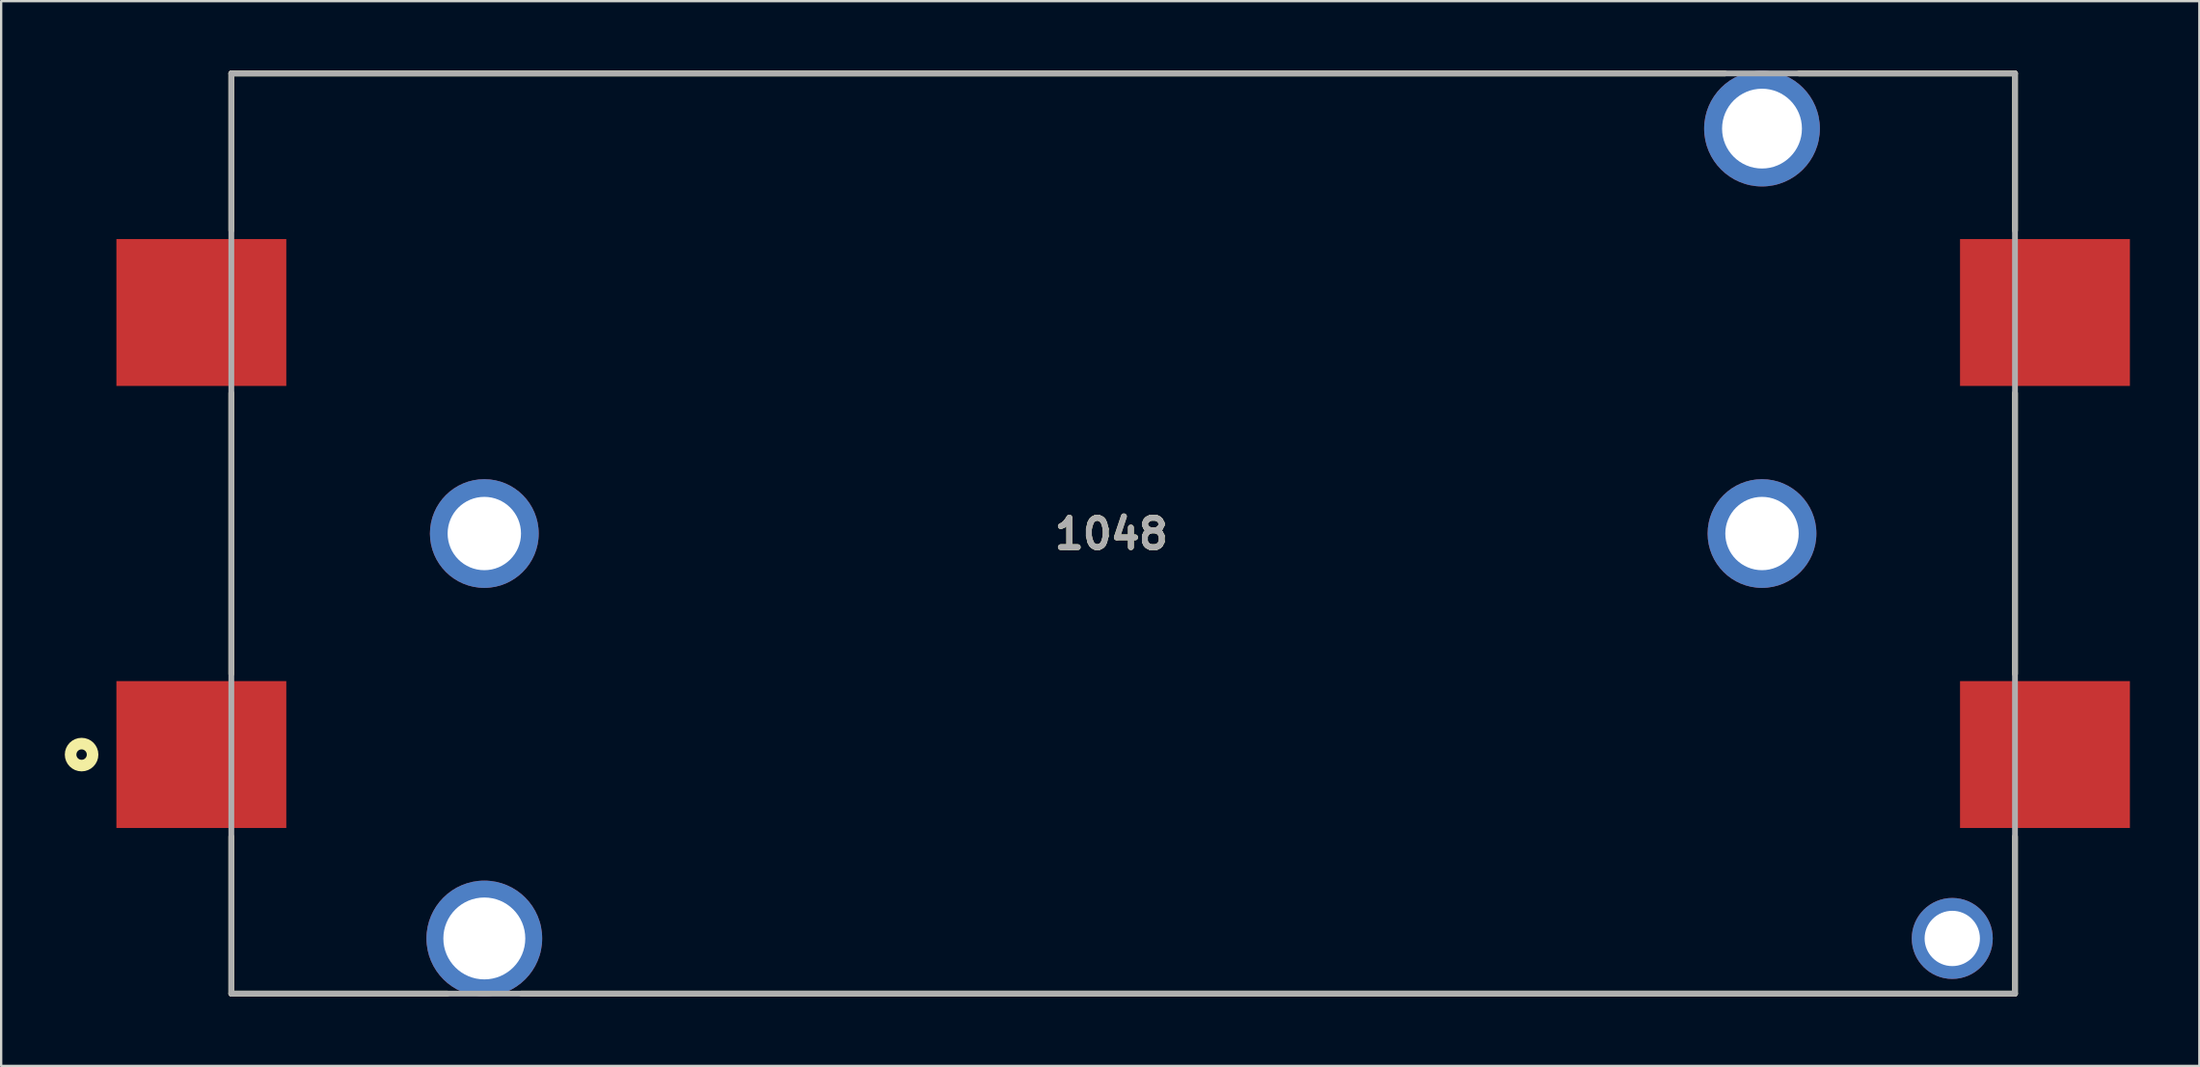
<source format=kicad_pcb>
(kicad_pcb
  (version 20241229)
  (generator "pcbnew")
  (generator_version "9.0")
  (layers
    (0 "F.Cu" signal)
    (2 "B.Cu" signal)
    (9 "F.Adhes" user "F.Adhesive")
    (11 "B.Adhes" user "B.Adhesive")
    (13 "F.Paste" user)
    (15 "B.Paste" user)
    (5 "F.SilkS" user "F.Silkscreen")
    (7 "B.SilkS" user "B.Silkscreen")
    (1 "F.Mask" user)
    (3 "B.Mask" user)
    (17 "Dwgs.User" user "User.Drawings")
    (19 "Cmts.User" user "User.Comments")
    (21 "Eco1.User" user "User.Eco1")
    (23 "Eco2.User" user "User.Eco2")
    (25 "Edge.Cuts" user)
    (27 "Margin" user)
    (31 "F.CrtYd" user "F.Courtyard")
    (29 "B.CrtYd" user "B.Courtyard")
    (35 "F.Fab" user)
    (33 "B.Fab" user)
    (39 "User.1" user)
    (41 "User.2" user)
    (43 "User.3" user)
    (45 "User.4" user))
  (footprint "1048"
    (layer "F.Cu")
    (at 17.874 37.52)
    (property "Reference" "1048" (at 27.087 -17.49 0) (layer "F.SilkS") (effects (font (size 1.27 1.27) (thickness 0.254))))
    (attr through_hole)
    (fp_line (start -10.93 -37.395) (end -10.93 -30.605) (stroke (width 0.25) (type solid)) (layer "F.SilkS"))
    (fp_line (start -10.93 -37.395) (end 53.6 -37.395) (stroke (width 0.25) (type solid)) (layer "F.SilkS"))
    (fp_line (start -10.93 -23.574) (end -10.93 -11.436) (stroke (width 0.25) (type solid)) (layer "F.SilkS"))
    (fp_line (start -10.93 2.385) (end -10.93 -4.405) (stroke (width 0.25) (type solid)) (layer "F.SilkS"))
    (fp_line (start -10.93 2.385) (end -1.6 2.385) (stroke (width 0.25) (type solid)) (layer "F.SilkS"))
    (fp_line (start 66.13 -37.395) (end 56.8 -37.395) (stroke (width 0.25) (type solid)) (layer "F.SilkS"))
    (fp_line (start 66.13 -37.395) (end 66.13 -30.605) (stroke (width 0.25) (type solid)) (layer "F.SilkS"))
    (fp_line (start 66.13 -23.574) (end 66.13 -11.436) (stroke (width 0.25) (type solid)) (layer "F.SilkS"))
    (fp_line (start 66.13 2.385) (end 1.6 2.385) (stroke (width 0.25) (type solid)) (layer "F.SilkS"))
    (fp_line (start 66.13 2.385) (end 66.13 -4.405) (stroke (width 0.25) (type solid)) (layer "F.SilkS"))
    (fp_circle (center -17.399 -7.948) (end -17.399 -7.723) (stroke (width 0.5) (type solid)) (fill no) (layer "F.SilkS"))
    (fp_line (start -10.93 -37.395) (end 66.13 -37.395) (stroke (width 0.25) (type solid)) (layer "F.Fab"))
    (fp_line (start -10.93 2.385) (end -10.93 -37.395) (stroke (width 0.25) (type solid)) (layer "F.Fab"))
    (fp_line (start 66.13 -37.395) (end 66.13 2.385) (stroke (width 0.25) (type solid)) (layer "F.Fab"))
    (fp_line (start 66.13 2.385) (end -10.93 2.385) (stroke (width 0.25) (type solid)) (layer "F.Fab"))
    (fp_text user "${REFERENCE}" (at 27.087 -17.49 0) (layer "F.Fab") (effects (font (size 1.27 1.27) (thickness 0.254))))
    (pad "1" smd rect (at -12.225 -7.95 90) (size 6.35 7.34) (layers "F.Cu" "F.Mask" "F.Paste"))
    (pad "2" smd rect (at 67.425 -7.95 90) (size 6.35 7.34) (layers "F.Cu" "F.Mask" "F.Paste"))
    (pad "3" smd rect (at 67.425 -27.06 90) (size 6.35 7.34) (layers "F.Cu" "F.Mask" "F.Paste"))
    (pad "4" smd rect (at -12.225 -27.06 90) (size 6.35 7.34) (layers "F.Cu" "F.Mask" "F.Paste"))
    (pad "5" thru_hole circle (at 0 -17.505) (size 4.7 4.7) (drill 3.17) (layers "*.Cu" "*.Mask"))
    (pad "6" thru_hole circle (at 0 0) (size 5 5) (drill 3.54) (layers "*.Cu" "*.Mask"))
    (pad "7" thru_hole circle (at 55.2 -17.505) (size 4.7 4.7) (drill 3.17) (layers "*.Cu" "*.Mask"))
    (pad "8" thru_hole circle (at 63.42 0) (size 3.5 3.5) (drill 2.39) (layers "*.Cu" "*.Mask"))
    (pad "9" thru_hole circle (at 55.2 -35.01) (size 5 5) (drill 3.45) (layers "*.Cu" "*.Mask")))
  (gr_rect
    (start -3 -3)
    (end 91.969 43.03)
    (stroke (width 0.1) (type default))
    (fill no)
    (layer "Edge.Cuts")))
</source>
